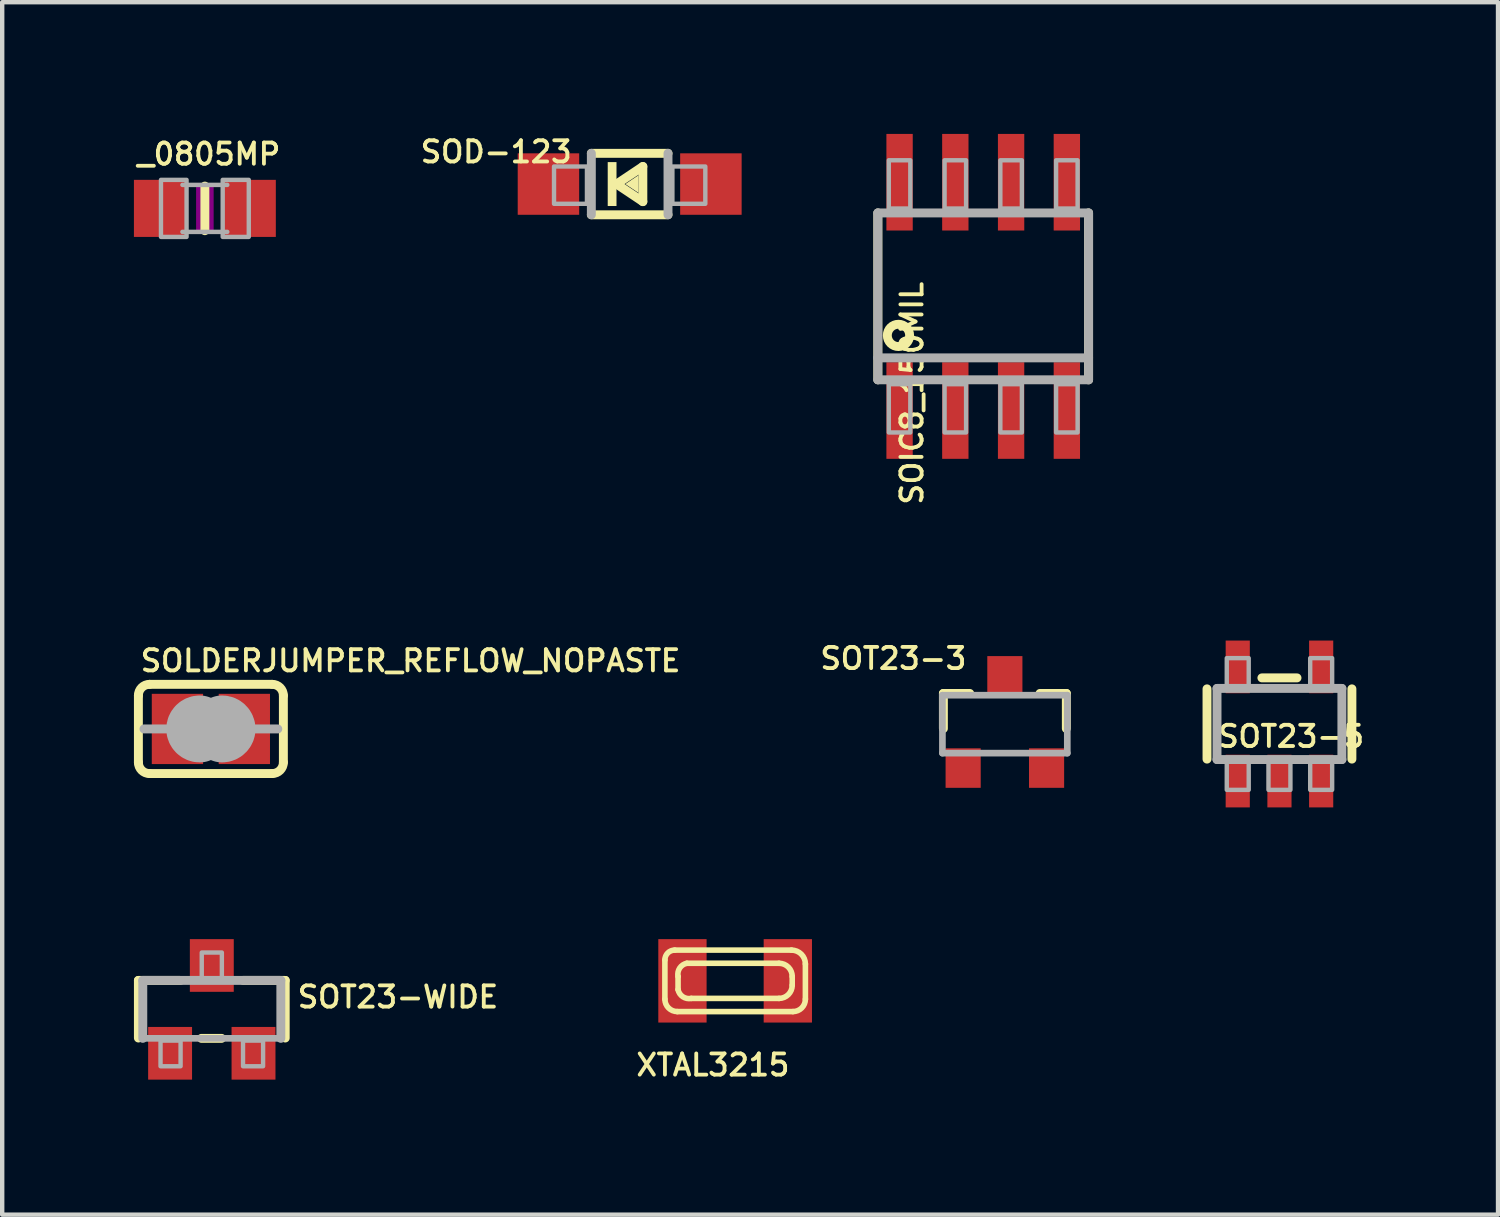
<source format=kicad_pcb>
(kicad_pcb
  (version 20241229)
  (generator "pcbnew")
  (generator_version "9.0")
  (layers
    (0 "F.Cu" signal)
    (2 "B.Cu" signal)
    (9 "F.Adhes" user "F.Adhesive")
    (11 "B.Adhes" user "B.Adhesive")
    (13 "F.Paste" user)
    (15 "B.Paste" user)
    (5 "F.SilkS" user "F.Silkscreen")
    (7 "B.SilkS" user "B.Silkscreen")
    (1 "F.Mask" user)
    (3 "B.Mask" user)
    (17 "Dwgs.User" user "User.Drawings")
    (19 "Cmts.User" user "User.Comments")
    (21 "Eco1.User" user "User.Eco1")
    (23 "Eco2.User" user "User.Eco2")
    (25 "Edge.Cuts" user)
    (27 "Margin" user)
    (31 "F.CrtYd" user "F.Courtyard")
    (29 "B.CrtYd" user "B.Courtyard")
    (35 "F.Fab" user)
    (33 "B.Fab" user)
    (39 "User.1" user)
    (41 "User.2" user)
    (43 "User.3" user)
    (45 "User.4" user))
  (footprint "SOT23-WIDE"
    (layer "F.Cu")
    (at 1.774 19.939)
    (property "Reference" "SOT23-WIDE" (at 1.905 0 0) (layer "F.SilkS") (effects (font (size 0.483 0.483) (thickness 0.087)) (justify left bottom)))
    (attr through_hole)
    (fp_line (start -1.672 -0.66) (end -0.714 -0.66) (stroke (width 0.203) (type solid)) (layer "F.SilkS"))
    (fp_line (start -1.672 0.652) (end -1.672 -0.66) (stroke (width 0.203) (type solid)) (layer "F.SilkS"))
    (fp_line (start 0.222 0.66) (end -0.236 0.66) (stroke (width 0.203) (type solid)) (layer "F.SilkS"))
    (fp_line (start 0.714 -0.66) (end 1.672 -0.66) (stroke (width 0.203) (type solid)) (layer "F.SilkS"))
    (fp_line (start 1.672 -0.66) (end 1.672 0.652) (stroke (width 0.203) (type solid)) (layer "F.SilkS"))
    (fp_line (start -1.572 -0.66) (end 1.572 -0.66) (stroke (width 0.203) (type solid)) (layer "F.Fab"))
    (fp_line (start -1.572 0.66) (end -1.572 -0.66) (stroke (width 0.203) (type solid)) (layer "F.Fab"))
    (fp_line (start 1.572 -0.66) (end 1.572 0.66) (stroke (width 0.203) (type solid)) (layer "F.Fab"))
    (fp_line (start 1.572 0.66) (end -1.572 0.66) (stroke (width 0.152) (type solid)) (layer "F.Fab"))
    (fp_poly (pts (xy -1.168 1.295) (xy -0.711 1.295) (xy -0.711 0.711) (xy -1.168 0.711)) (stroke (width 0.1) (type solid)) (fill no) (layer "F.Fab"))
    (fp_poly (pts (xy -0.229 -0.711) (xy 0.229 -0.711) (xy 0.229 -1.295) (xy -0.229 -1.295)) (stroke (width 0.1) (type solid)) (fill no) (layer "F.Fab"))
    (fp_poly (pts (xy 0.711 1.295) (xy 1.168 1.295) (xy 1.168 0.711) (xy 0.711 0.711)) (stroke (width 0.1) (type solid)) (fill no) (layer "F.Fab"))
    (pad "1" smd rect (at -0.95 1) (size 1 1.2) (layers "F.Cu" "F.Mask" "F.Paste"))
    (pad "2" smd rect (at 0.95 1) (size 1 1.2) (layers "F.Cu" "F.Mask" "F.Paste"))
    (pad "3" smd rect (at 0 -1) (size 1 1.2) (layers "F.Cu" "F.Mask" "F.Paste")))
  (footprint "_0805MP"
    (layer "F.Cu")
    (at 1.616 1.696)
    (property "Reference" "_0805MP" (at -1.587 -0.953 180) (layer "F.SilkS") (effects (font (size 0.483 0.483) (thickness 0.087)) (justify left bottom)))
    (attr through_hole)
    (fp_line (start 0 -0.508) (end 0 0.508) (stroke (width 0.203) (type solid)) (layer "F.SilkS"))
    (fp_poly (pts (xy -0.2 0.5) (xy 0.2 0.5) (xy 0.2 -0.5) (xy -0.2 -0.5)) (stroke (width 0) (type solid)) (fill yes) (layer "F.Adhes"))
    (fp_line (start -0.51 -0.535) (end 0.51 -0.535) (stroke (width 0.102) (type solid)) (layer "F.Fab"))
    (fp_line (start -0.51 0.535) (end 0.51 0.535) (stroke (width 0.102) (type solid)) (layer "F.Fab"))
    (fp_poly (pts (xy -1 0.65) (xy -0.417 0.65) (xy -0.417 -0.65) (xy -1 -0.65)) (stroke (width 0.1) (type solid)) (fill no) (layer "F.Fab"))
    (fp_poly (pts (xy 0.406 0.65) (xy 1 0.65) (xy 1 -0.65) (xy 0.406 -0.65)) (stroke (width 0.1) (type solid)) (fill no) (layer "F.Fab"))
    (pad "1" smd rect (at -1.016 0) (size 1.2 1.3) (layers "F.Cu" "F.Mask" "F.Paste"))
    (pad "2" smd rect (at 1.016 0) (size 1.2 1.3) (layers "F.Cu" "F.Mask" "F.Paste")))
  (footprint "SOT23-5"
    (layer "F.Cu")
    (at 26.09 13.439)
    (property "Reference" "SOT23-5" (at 1.978 0 0) (layer "F.SilkS") (effects (font (size 0.483 0.483) (thickness 0.087)) (justify right top)))
    (attr through_hole)
    (fp_line (start -1.65 -0.8) (end -1.65 0.8) (stroke (width 0.203) (type solid)) (layer "F.SilkS"))
    (fp_line (start -0.4 -1.05) (end 0.4 -1.05) (stroke (width 0.203) (type solid)) (layer "F.SilkS"))
    (fp_line (start 1.65 -0.8) (end 1.65 0.8) (stroke (width 0.203) (type solid)) (layer "F.SilkS"))
    (fp_line (start -1.422 -0.81) (end 1.422 -0.81) (stroke (width 0.203) (type solid)) (layer "F.Fab"))
    (fp_line (start -1.422 0.81) (end -1.422 -0.81) (stroke (width 0.203) (type solid)) (layer "F.Fab"))
    (fp_line (start 1.422 -0.81) (end 1.422 0.81) (stroke (width 0.203) (type solid)) (layer "F.Fab"))
    (fp_line (start 1.422 0.81) (end -1.422 0.81) (stroke (width 0.203) (type solid)) (layer "F.Fab"))
    (fp_poly (pts (xy -1.2 -0.85) (xy -0.7 -0.85) (xy -0.7 -1.5) (xy -1.2 -1.5)) (stroke (width 0.1) (type solid)) (fill no) (layer "F.Fab"))
    (fp_poly (pts (xy -1.2 1.5) (xy -0.7 1.5) (xy -0.7 0.85) (xy -1.2 0.85)) (stroke (width 0.1) (type solid)) (fill no) (layer "F.Fab"))
    (fp_poly (pts (xy -0.25 1.5) (xy 0.25 1.5) (xy 0.25 0.85) (xy -0.25 0.85)) (stroke (width 0.1) (type solid)) (fill no) (layer "F.Fab"))
    (fp_poly (pts (xy 0.7 -0.85) (xy 1.2 -0.85) (xy 1.2 -1.5) (xy 0.7 -1.5)) (stroke (width 0.1) (type solid)) (fill no) (layer "F.Fab"))
    (fp_poly (pts (xy 0.7 1.5) (xy 1.2 1.5) (xy 1.2 0.85) (xy 0.7 0.85)) (stroke (width 0.1) (type solid)) (fill no) (layer "F.Fab"))
    (pad "1" smd rect (at -0.95 1.3) (size 0.55 1.2) (layers "F.Cu" "F.Mask" "F.Paste"))
    (pad "2" smd rect (at 0 1.3) (size 0.55 1.2) (layers "F.Cu" "F.Mask" "F.Paste"))
    (pad "3" smd rect (at 0.95 1.3) (size 0.55 1.2) (layers "F.Cu" "F.Mask" "F.Paste"))
    (pad "4" smd rect (at 0.95 -1.3) (size 0.55 1.2) (layers "F.Cu" "F.Mask" "F.Paste"))
    (pad "5" smd rect (at -0.95 -1.3) (size 0.55 1.2) (layers "F.Cu" "F.Mask" "F.Paste")))
  (footprint "XTAL3215"
    (layer "F.Cu")
    (at 13.693 19.289)
    (property "Reference" "XTAL3215" (at -2.3 2.2 0) (layer "F.SilkS") (effects (font (size 0.483 0.483) (thickness 0.087)) (justify left bottom)))
    (attr through_hole)
    (fp_line (start -1.6 0.417) (end -1.6 -0.476) (stroke (width 0.127) (type solid)) (layer "F.SilkS"))
    (fp_line (start -1.376 -0.7) (end 1.284 -0.7) (stroke (width 0.127) (type solid)) (layer "F.SilkS"))
    (fp_line (start -1.3 0.2) (end -1.3 -0.1) (stroke (width 0.127) (type solid)) (layer "F.SilkS"))
    (fp_line (start -1.1 -0.4) (end 1 -0.4) (stroke (width 0.127) (type solid)) (layer "F.SilkS"))
    (fp_line (start 1 0.4) (end -1 0.4) (stroke (width 0.127) (type solid)) (layer "F.SilkS"))
    (fp_line (start 1.3 -0.1) (end 1.3 0.1) (stroke (width 0.127) (type solid)) (layer "F.SilkS"))
    (fp_line (start 1.317 0.7) (end -1.317 0.7) (stroke (width 0.127) (type solid)) (layer "F.SilkS"))
    (fp_line (start 1.6 -0.384) (end 1.6 0.417) (stroke (width 0.127) (type solid)) (layer "F.SilkS"))
    (fp_arc (start -1.6 -0.4764) (mid -1.534509 -0.634509) (end -1.3764 -0.7) (stroke (width 0.127) (type solid)) (layer "F.SilkS"))
    (fp_arc (start -1.3172 0.7) (mid -1.51717 0.61717) (end -1.6 0.4172) (stroke (width 0.127) (type solid)) (layer "F.SilkS"))
    (fp_arc (start -1.3 -0.1) (mid -1.262161 -0.291441) (end -1.099999 -0.399999) (stroke (width 0.127) (type solid)) (layer "F.SilkS"))
    (fp_arc (start -1 0.4) (mid -1.191422 0.362132) (end -1.300001 0.199999) (stroke (width 0.127) (type solid)) (layer "F.SilkS"))
    (fp_arc (start 1 -0.4) (mid 1.212103 -0.312103) (end 1.3 -0.1) (stroke (width 0.127) (type solid)) (layer "F.SilkS"))
    (fp_arc (start 1.2838 -0.7) (mid 1.507387 -0.607387) (end 1.6 -0.3838) (stroke (width 0.127) (type solid)) (layer "F.SilkS"))
    (fp_arc (start 1.3 0.1) (mid 1.212131 0.312132) (end 0.999999 0.399999) (stroke (width 0.127) (type solid)) (layer "F.SilkS"))
    (fp_arc (start 1.6 0.4172) (mid 1.51717 0.61717) (end 1.3172 0.7) (stroke (width 0.127) (type solid)) (layer "F.SilkS"))
    (pad "P$1" smd rect (at 1.2 0) (size 1.1 1.9) (layers "F.Cu" "F.Mask" "F.Paste"))
    (pad "P$2" smd rect (at -1.2 0 180) (size 1.1 1.9) (layers "F.Cu" "F.Mask" "F.Paste")))
  (footprint "SOD-123"
    (layer "F.Cu")
    (at 11.291 1.142)
    (property "Reference" "SOD-123" (at -1.27 -1.016 0) (layer "F.SilkS") (effects (font (size 0.483 0.483) (thickness 0.087)) (justify right top)))
    (attr through_hole)
    (fp_line (start -0.873 -0.7) (end 0.873 -0.7) (stroke (width 0.203) (type solid)) (layer "F.SilkS"))
    (fp_line (start -0.3 0) (end 0.3 -0.4) (stroke (width 0.203) (type solid)) (layer "F.SilkS"))
    (fp_line (start 0.3 -0.4) (end 0.3 0.4) (stroke (width 0.203) (type solid)) (layer "F.SilkS"))
    (fp_line (start 0.3 0.4) (end -0.3 0) (stroke (width 0.203) (type solid)) (layer "F.SilkS"))
    (fp_line (start 0.873 0.7) (end -0.873 0.7) (stroke (width 0.203) (type solid)) (layer "F.SilkS"))
    (fp_poly (pts (xy -0.1 0) (xy 0.2 -0.2) (xy 0.2 0.2)) (stroke (width 0) (type solid)) (fill yes) (layer "F.SilkS"))
    (fp_poly (pts (xy -0.5 0.5) (xy -0.3 0.5) (xy -0.3 -0.5) (xy -0.5 -0.5)) (stroke (width 0) (type solid)) (fill yes) (layer "F.SilkS"))
    (fp_line (start -0.873 0.7) (end -0.873 -0.7) (stroke (width 0.203) (type solid)) (layer "F.Fab"))
    (fp_line (start 0.873 -0.7) (end 0.873 0.7) (stroke (width 0.203) (type solid)) (layer "F.Fab"))
    (fp_poly (pts (xy -1.723 0.45) (xy -0.973 0.45) (xy -0.973 -0.4) (xy -1.723 -0.4)) (stroke (width 0.1) (type solid)) (fill no) (layer "F.Fab"))
    (fp_poly (pts (xy 0.973 0.45) (xy 1.723 0.45) (xy 1.723 -0.4) (xy 0.973 -0.4)) (stroke (width 0.1) (type solid)) (fill no) (layer "F.Fab"))
    (pad "A" smd rect (at 1.85 0 90) (size 1.4 1.4) (layers "F.Cu" "F.Mask" "F.Paste"))
    (pad "C" smd rect (at -1.85 0 90) (size 1.4 1.4) (layers "F.Cu" "F.Mask" "F.Paste")))
  (footprint "SOIC8_150MIL"
    (layer "F.Cu")
    (at 19.343 3.7)
    (property "Reference" "SOIC8_150MIL" (at -1.905 -0.381 270) (layer "F.SilkS") (effects (font (size 0.483 0.483) (thickness 0.087)) (justify right top)))
    (attr through_hole)
    (fp_line (start -2.4 1.9) (end -2.4 -1.9) (stroke (width 0.203) (type solid)) (layer "F.SilkS"))
    (fp_line (start 2.4 -1.9) (end 2.4 1.9) (stroke (width 0.203) (type solid)) (layer "F.SilkS"))
    (fp_circle (center -1.93 0.889) (end -1.676 0.889) (stroke (width 0.203) (type solid)) (fill no) (layer "F.SilkS"))
    (fp_line (start -2.4 -1.9) (end 2.4 -1.9) (stroke (width 0.203) (type solid)) (layer "F.Fab"))
    (fp_line (start -2.4 1.4) (end -2.4 -1.9) (stroke (width 0.203) (type solid)) (layer "F.Fab"))
    (fp_line (start -2.4 1.9) (end -2.4 1.4) (stroke (width 0.203) (type solid)) (layer "F.Fab"))
    (fp_line (start 2.4 -1.9) (end 2.4 1.4) (stroke (width 0.203) (type solid)) (layer "F.Fab"))
    (fp_line (start 2.4 1.4) (end -2.4 1.4) (stroke (width 0.203) (type solid)) (layer "F.Fab"))
    (fp_line (start 2.4 1.4) (end 2.4 1.9) (stroke (width 0.203) (type solid)) (layer "F.Fab"))
    (fp_line (start 2.4 1.9) (end -2.4 1.9) (stroke (width 0.203) (type solid)) (layer "F.Fab"))
    (fp_poly (pts (xy -2.15 -2) (xy -1.66 -2) (xy -1.66 -3.1) (xy -2.15 -3.1)) (stroke (width 0.1) (type solid)) (fill no) (layer "F.Fab"))
    (fp_poly (pts (xy -2.15 3.1) (xy -1.66 3.1) (xy -1.66 2) (xy -2.15 2)) (stroke (width 0.1) (type solid)) (fill no) (layer "F.Fab"))
    (fp_poly (pts (xy -0.88 -2) (xy -0.39 -2) (xy -0.39 -3.1) (xy -0.88 -3.1)) (stroke (width 0.1) (type solid)) (fill no) (layer "F.Fab"))
    (fp_poly (pts (xy -0.88 3.1) (xy -0.39 3.1) (xy -0.39 2) (xy -0.88 2)) (stroke (width 0.1) (type solid)) (fill no) (layer "F.Fab"))
    (fp_poly (pts (xy 0.39 -2) (xy 0.88 -2) (xy 0.88 -3.1) (xy 0.39 -3.1)) (stroke (width 0.1) (type solid)) (fill no) (layer "F.Fab"))
    (fp_poly (pts (xy 0.39 3.1) (xy 0.88 3.1) (xy 0.88 2) (xy 0.39 2)) (stroke (width 0.1) (type solid)) (fill no) (layer "F.Fab"))
    (fp_poly (pts (xy 1.66 -2) (xy 2.15 -2) (xy 2.15 -3.1) (xy 1.66 -3.1)) (stroke (width 0.1) (type solid)) (fill no) (layer "F.Fab"))
    (fp_poly (pts (xy 1.66 3.1) (xy 2.15 3.1) (xy 2.15 2) (xy 1.66 2)) (stroke (width 0.1) (type solid)) (fill no) (layer "F.Fab"))
    (pad "1" smd rect (at -1.905 2.6) (size 0.6 2.2) (layers "F.Cu" "F.Mask" "F.Paste"))
    (pad "2" smd rect (at -0.635 2.6) (size 0.6 2.2) (layers "F.Cu" "F.Mask" "F.Paste"))
    (pad "3" smd rect (at 0.635 2.6) (size 0.6 2.2) (layers "F.Cu" "F.Mask" "F.Paste"))
    (pad "4" smd rect (at 1.905 2.6) (size 0.6 2.2) (layers "F.Cu" "F.Mask" "F.Paste"))
    (pad "5" smd rect (at 1.905 -2.6) (size 0.6 2.2) (layers "F.Cu" "F.Mask" "F.Paste"))
    (pad "6" smd rect (at 0.635 -2.6) (size 0.6 2.2) (layers "F.Cu" "F.Mask" "F.Paste"))
    (pad "7" smd rect (at -0.635 -2.6) (size 0.6 2.2) (layers "F.Cu" "F.Mask" "F.Paste"))
    (pad "8" smd rect (at -1.905 -2.6) (size 0.6 2.2) (layers "F.Cu" "F.Mask" "F.Paste")))
  (footprint "SOT23-3"
    (layer "F.Cu")
    (at 19.836 13.443)
    (property "Reference" "SOT23-3" (at -0.826 -1.778 180) (layer "F.SilkS") (effects (font (size 0.483 0.483) (thickness 0.087)) (justify right top)))
    (attr through_hole)
    (fp_line (start -1.4 -0.7) (end -1.4 0.1) (stroke (width 0.203) (type solid)) (layer "F.SilkS"))
    (fp_line (start -0.8 -0.7) (end -1.4 -0.7) (stroke (width 0.203) (type solid)) (layer "F.SilkS"))
    (fp_line (start 0.8 -0.7) (end 1.4 -0.7) (stroke (width 0.203) (type solid)) (layer "F.SilkS"))
    (fp_line (start 1.4 -0.7) (end 1.4 0.1) (stroke (width 0.203) (type solid)) (layer "F.SilkS"))
    (fp_line (start -1.422 -0.66) (end 1.422 -0.66) (stroke (width 0.152) (type solid)) (layer "F.Fab"))
    (fp_line (start -1.422 0.66) (end -1.422 -0.66) (stroke (width 0.152) (type solid)) (layer "F.Fab"))
    (fp_line (start 1.422 -0.66) (end 1.422 0.66) (stroke (width 0.152) (type solid)) (layer "F.Fab"))
    (fp_line (start 1.422 0.66) (end -1.422 0.66) (stroke (width 0.152) (type solid)) (layer "F.Fab"))
    (pad "1" smd rect (at -0.95 1) (size 0.8 0.9) (layers "F.Cu" "F.Mask" "F.Paste"))
    (pad "2" smd rect (at 0.95 1) (size 0.8 0.9) (layers "F.Cu" "F.Mask" "F.Paste"))
    (pad "3" smd rect (at 0 -1.1) (size 0.8 0.9) (layers "F.Cu" "F.Mask" "F.Paste")))
  (footprint "SOLDERJUMPER_REFLOW_NOPASTE"
    (layer "F.Cu")
    (at 1.753 13.552)
    (property "Reference" "SOLDERJUMPER_REFLOW_NOPASTE" (at -1.651 -1.27 180) (layer "F.SilkS") (effects (font (size 0.483 0.483) (thickness 0.087)) (justify left bottom)))
    (attr through_hole)
    (fp_poly (pts (xy -0.076 0.914) (xy 0.076 0.914) (xy 0.076 -0.914) (xy -0.076 -0.914)) (stroke (width 0) (type solid)) (fill yes) (layer "F.Mask"))
    (fp_line (start -1.651 0.762) (end -1.651 -0.762) (stroke (width 0.203) (type solid)) (layer "F.SilkS"))
    (fp_line (start -1.397 -1.016) (end 1.397 -1.016) (stroke (width 0.203) (type solid)) (layer "F.SilkS"))
    (fp_line (start 1.397 1.016) (end -1.397 1.016) (stroke (width 0.203) (type solid)) (layer "F.SilkS"))
    (fp_line (start 1.651 0.762) (end 1.651 -0.762) (stroke (width 0.203) (type solid)) (layer "F.SilkS"))
    (fp_arc (start -1.651 -0.762) (mid -1.576605 -0.941605) (end -1.397 -1.016) (stroke (width 0.2032) (type solid)) (layer "F.SilkS"))
    (fp_arc (start -1.397 1.016) (mid -1.576605 0.941605) (end -1.651 0.762) (stroke (width 0.2032) (type solid)) (layer "F.SilkS"))
    (fp_arc (start 1.397 -1.016) (mid 1.576605 -0.941605) (end 1.651 -0.762) (stroke (width 0.2032) (type solid)) (layer "F.SilkS"))
    (fp_arc (start 1.651 0.762) (mid 1.576605 0.941605) (end 1.397 1.016) (stroke (width 0.2032) (type solid)) (layer "F.SilkS"))
    (fp_line (start -1.016 0) (end -1.524 0) (stroke (width 0.203) (type solid)) (layer "F.Fab"))
    (fp_line (start 1.016 0) (end 1.524 0) (stroke (width 0.203) (type solid)) (layer "F.Fab"))
    (fp_arc (start -0.254 0.127) (mid -0.381 0) (end -0.254 -0.127) (stroke (width 1.27) (type solid)) (layer "F.Fab"))
    (fp_arc (start 0.254 -0.127) (mid 0.381 0) (end 0.254 0.127) (stroke (width 1.27) (type solid)) (layer "F.Fab"))
    (pad "1" smd rect (at -0.762 0) (size 1.168 1.6) (layers "F.Cu" "F.Mask"))
    (pad "2" smd rect (at 0.762 0) (size 1.168 1.6) (layers "F.Cu" "F.Mask")))
  (gr_rect
    (start -3 -3)
    (end 31.068 24.615)
    (stroke (width 0.1) (type default))
    (fill no)
    (layer "Edge.Cuts")))
</source>
